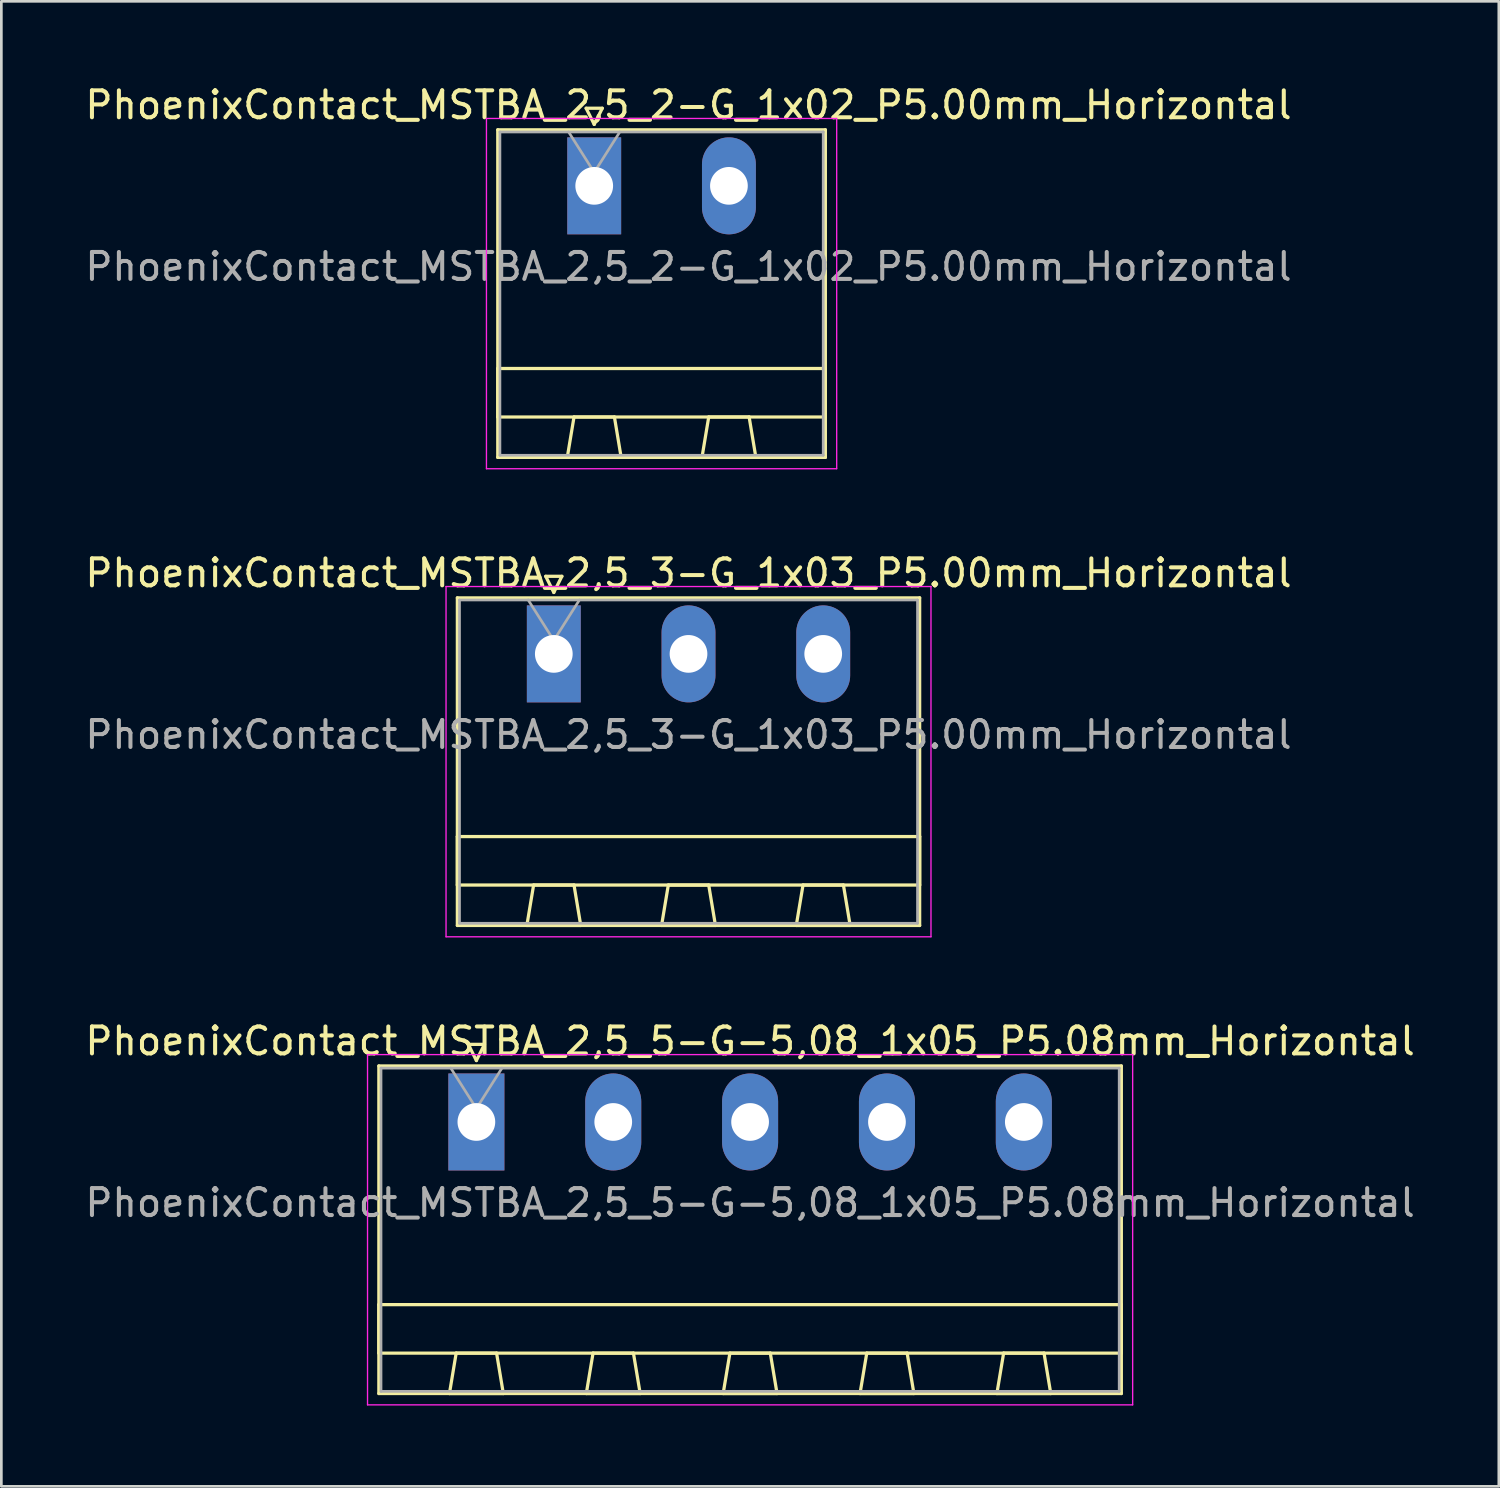
<source format=kicad_pcb>
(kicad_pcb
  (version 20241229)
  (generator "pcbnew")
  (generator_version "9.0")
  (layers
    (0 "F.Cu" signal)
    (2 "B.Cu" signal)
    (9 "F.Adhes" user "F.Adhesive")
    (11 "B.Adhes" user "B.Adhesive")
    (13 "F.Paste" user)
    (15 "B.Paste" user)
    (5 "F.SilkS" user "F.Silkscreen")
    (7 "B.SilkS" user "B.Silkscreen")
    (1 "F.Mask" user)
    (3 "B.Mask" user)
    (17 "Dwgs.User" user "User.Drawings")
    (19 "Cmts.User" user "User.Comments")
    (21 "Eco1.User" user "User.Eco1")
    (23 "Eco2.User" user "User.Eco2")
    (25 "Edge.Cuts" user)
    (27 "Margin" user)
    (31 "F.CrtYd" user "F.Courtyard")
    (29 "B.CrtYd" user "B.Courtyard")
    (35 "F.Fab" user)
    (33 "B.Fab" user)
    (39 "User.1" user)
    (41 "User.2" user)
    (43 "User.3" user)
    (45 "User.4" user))
  (footprint "PhoenixContact_MSTBA_2,5_2-G_1x02_P5.00mm_Horizontal"
    (layer "F.Cu")
    (at 19.006 3.848)
    (property "Reference" "PhoenixContact_MSTBA_2,5_2-G_1x02_P5.00mm_Horizontal" (at 3.5 -3 0) (layer "F.SilkS") (effects (font (size 1 1) (thickness 0.15))))
    (attr through_hole)
    (fp_line (start -3.58 -2.08) (end -3.58 10.08) (stroke (width 0.12) (type solid)) (layer "F.SilkS"))
    (fp_line (start -3.58 6.78) (end 8.58 6.78) (stroke (width 0.12) (type solid)) (layer "F.SilkS"))
    (fp_line (start -3.58 8.58) (end -3.58 6.78) (stroke (width 0.12) (type solid)) (layer "F.SilkS"))
    (fp_line (start -3.58 10.08) (end 8.58 10.08) (stroke (width 0.12) (type solid)) (layer "F.SilkS"))
    (fp_line (start -1 10.08) (end 1 10.08) (stroke (width 0.12) (type solid)) (layer "F.SilkS"))
    (fp_line (start -0.75 8.58) (end -1 10.08) (stroke (width 0.12) (type solid)) (layer "F.SilkS"))
    (fp_line (start -0.3 -2.88) (end 0.3 -2.88) (stroke (width 0.12) (type solid)) (layer "F.SilkS"))
    (fp_line (start 0 -2.28) (end -0.3 -2.88) (stroke (width 0.12) (type solid)) (layer "F.SilkS"))
    (fp_line (start 0.3 -2.88) (end 0 -2.28) (stroke (width 0.12) (type solid)) (layer "F.SilkS"))
    (fp_line (start 0.75 8.58) (end -0.75 8.58) (stroke (width 0.12) (type solid)) (layer "F.SilkS"))
    (fp_line (start 1 10.08) (end 0.75 8.58) (stroke (width 0.12) (type solid)) (layer "F.SilkS"))
    (fp_line (start 4 10.08) (end 6 10.08) (stroke (width 0.12) (type solid)) (layer "F.SilkS"))
    (fp_line (start 4.25 8.58) (end 4 10.08) (stroke (width 0.12) (type solid)) (layer "F.SilkS"))
    (fp_line (start 5.75 8.58) (end 4.25 8.58) (stroke (width 0.12) (type solid)) (layer "F.SilkS"))
    (fp_line (start 6 10.08) (end 5.75 8.58) (stroke (width 0.12) (type solid)) (layer "F.SilkS"))
    (fp_line (start 8.58 -2.08) (end -3.58 -2.08) (stroke (width 0.12) (type solid)) (layer "F.SilkS"))
    (fp_line (start 8.58 6.78) (end 8.58 8.58) (stroke (width 0.12) (type solid)) (layer "F.SilkS"))
    (fp_line (start 8.58 8.58) (end -3.58 8.58) (stroke (width 0.12) (type solid)) (layer "F.SilkS"))
    (fp_line (start 8.58 10.08) (end 8.58 -2.08) (stroke (width 0.12) (type solid)) (layer "F.SilkS"))
    (fp_line (start -4 -2.5) (end -4 10.5) (stroke (width 0.05) (type solid)) (layer "F.CrtYd"))
    (fp_line (start -4 10.5) (end 9 10.5) (stroke (width 0.05) (type solid)) (layer "F.CrtYd"))
    (fp_line (start 9 -2.5) (end -4 -2.5) (stroke (width 0.05) (type solid)) (layer "F.CrtYd"))
    (fp_line (start 9 10.5) (end 9 -2.5) (stroke (width 0.05) (type solid)) (layer "F.CrtYd"))
    (fp_line (start -3.5 -2) (end -3.5 10) (stroke (width 0.1) (type solid)) (layer "F.Fab"))
    (fp_line (start -3.5 10) (end 8.5 10) (stroke (width 0.1) (type solid)) (layer "F.Fab"))
    (fp_line (start 0 -0.5) (end -0.95 -2) (stroke (width 0.1) (type solid)) (layer "F.Fab"))
    (fp_line (start 0.95 -2) (end 0 -0.5) (stroke (width 0.1) (type solid)) (layer "F.Fab"))
    (fp_line (start 8.5 -2) (end -3.5 -2) (stroke (width 0.1) (type solid)) (layer "F.Fab"))
    (fp_line (start 8.5 10) (end 8.5 -2) (stroke (width 0.1) (type solid)) (layer "F.Fab"))
    (fp_text user "${REFERENCE}" (at 3.5 3 0) (layer "F.Fab") (effects (font (size 1 1) (thickness 0.15))))
    (pad "1" thru_hole rect (at 0 0) (size 2 3.6) (drill 1.4) (layers "*.Cu" "*.Mask"))
    (pad "2" thru_hole oval (at 5 0) (size 2 3.6) (drill 1.4) (layers "*.Cu" "*.Mask")))
  (footprint "PhoenixContact_MSTBA_2,5_5-G-5,08_1x05_P5.08mm_Horizontal"
    (layer "F.Cu")
    (at 14.632 38.595)
    (property "Reference" "PhoenixContact_MSTBA_2,5_5-G-5,08_1x05_P5.08mm_Horizontal" (at 10.16 -3 0) (layer "F.SilkS") (effects (font (size 1 1) (thickness 0.15))))
    (attr through_hole)
    (fp_line (start -3.62 -2.08) (end -3.62 10.08) (stroke (width 0.12) (type solid)) (layer "F.SilkS"))
    (fp_line (start -3.62 6.78) (end 23.94 6.78) (stroke (width 0.12) (type solid)) (layer "F.SilkS"))
    (fp_line (start -3.62 8.58) (end -3.62 6.78) (stroke (width 0.12) (type solid)) (layer "F.SilkS"))
    (fp_line (start -3.62 10.08) (end 23.94 10.08) (stroke (width 0.12) (type solid)) (layer "F.SilkS"))
    (fp_line (start -1 10.08) (end 1 10.08) (stroke (width 0.12) (type solid)) (layer "F.SilkS"))
    (fp_line (start -0.75 8.58) (end -1 10.08) (stroke (width 0.12) (type solid)) (layer "F.SilkS"))
    (fp_line (start -0.3 -2.88) (end 0.3 -2.88) (stroke (width 0.12) (type solid)) (layer "F.SilkS"))
    (fp_line (start 0 -2.28) (end -0.3 -2.88) (stroke (width 0.12) (type solid)) (layer "F.SilkS"))
    (fp_line (start 0.3 -2.88) (end 0 -2.28) (stroke (width 0.12) (type solid)) (layer "F.SilkS"))
    (fp_line (start 0.75 8.58) (end -0.75 8.58) (stroke (width 0.12) (type solid)) (layer "F.SilkS"))
    (fp_line (start 1 10.08) (end 0.75 8.58) (stroke (width 0.12) (type solid)) (layer "F.SilkS"))
    (fp_line (start 4.08 10.08) (end 6.08 10.08) (stroke (width 0.12) (type solid)) (layer "F.SilkS"))
    (fp_line (start 4.33 8.58) (end 4.08 10.08) (stroke (width 0.12) (type solid)) (layer "F.SilkS"))
    (fp_line (start 5.83 8.58) (end 4.33 8.58) (stroke (width 0.12) (type solid)) (layer "F.SilkS"))
    (fp_line (start 6.08 10.08) (end 5.83 8.58) (stroke (width 0.12) (type solid)) (layer "F.SilkS"))
    (fp_line (start 9.16 10.08) (end 11.16 10.08) (stroke (width 0.12) (type solid)) (layer "F.SilkS"))
    (fp_line (start 9.41 8.58) (end 9.16 10.08) (stroke (width 0.12) (type solid)) (layer "F.SilkS"))
    (fp_line (start 10.91 8.58) (end 9.41 8.58) (stroke (width 0.12) (type solid)) (layer "F.SilkS"))
    (fp_line (start 11.16 10.08) (end 10.91 8.58) (stroke (width 0.12) (type solid)) (layer "F.SilkS"))
    (fp_line (start 14.24 10.08) (end 16.24 10.08) (stroke (width 0.12) (type solid)) (layer "F.SilkS"))
    (fp_line (start 14.49 8.58) (end 14.24 10.08) (stroke (width 0.12) (type solid)) (layer "F.SilkS"))
    (fp_line (start 15.99 8.58) (end 14.49 8.58) (stroke (width 0.12) (type solid)) (layer "F.SilkS"))
    (fp_line (start 16.24 10.08) (end 15.99 8.58) (stroke (width 0.12) (type solid)) (layer "F.SilkS"))
    (fp_line (start 19.32 10.08) (end 21.32 10.08) (stroke (width 0.12) (type solid)) (layer "F.SilkS"))
    (fp_line (start 19.57 8.58) (end 19.32 10.08) (stroke (width 0.12) (type solid)) (layer "F.SilkS"))
    (fp_line (start 21.07 8.58) (end 19.57 8.58) (stroke (width 0.12) (type solid)) (layer "F.SilkS"))
    (fp_line (start 21.32 10.08) (end 21.07 8.58) (stroke (width 0.12) (type solid)) (layer "F.SilkS"))
    (fp_line (start 23.94 -2.08) (end -3.62 -2.08) (stroke (width 0.12) (type solid)) (layer "F.SilkS"))
    (fp_line (start 23.94 6.78) (end 23.94 8.58) (stroke (width 0.12) (type solid)) (layer "F.SilkS"))
    (fp_line (start 23.94 8.58) (end -3.62 8.58) (stroke (width 0.12) (type solid)) (layer "F.SilkS"))
    (fp_line (start 23.94 10.08) (end 23.94 -2.08) (stroke (width 0.12) (type solid)) (layer "F.SilkS"))
    (fp_line (start -4.04 -2.5) (end -4.04 10.5) (stroke (width 0.05) (type solid)) (layer "F.CrtYd"))
    (fp_line (start -4.04 10.5) (end 24.36 10.5) (stroke (width 0.05) (type solid)) (layer "F.CrtYd"))
    (fp_line (start 24.36 -2.5) (end -4.04 -2.5) (stroke (width 0.05) (type solid)) (layer "F.CrtYd"))
    (fp_line (start 24.36 10.5) (end 24.36 -2.5) (stroke (width 0.05) (type solid)) (layer "F.CrtYd"))
    (fp_line (start -3.54 -2) (end -3.54 10) (stroke (width 0.1) (type solid)) (layer "F.Fab"))
    (fp_line (start -3.54 10) (end 23.86 10) (stroke (width 0.1) (type solid)) (layer "F.Fab"))
    (fp_line (start 0 -0.5) (end -0.95 -2) (stroke (width 0.1) (type solid)) (layer "F.Fab"))
    (fp_line (start 0.95 -2) (end 0 -0.5) (stroke (width 0.1) (type solid)) (layer "F.Fab"))
    (fp_line (start 23.86 -2) (end -3.54 -2) (stroke (width 0.1) (type solid)) (layer "F.Fab"))
    (fp_line (start 23.86 10) (end 23.86 -2) (stroke (width 0.1) (type solid)) (layer "F.Fab"))
    (fp_text user "${REFERENCE}" (at 10.16 3 0) (layer "F.Fab") (effects (font (size 1 1) (thickness 0.15))))
    (pad "1" thru_hole rect (at 0 0) (size 2.08 3.6) (drill 1.4) (layers "*.Cu" "*.Mask"))
    (pad "2" thru_hole oval (at 5.08 0) (size 2.08 3.6) (drill 1.4) (layers "*.Cu" "*.Mask"))
    (pad "3" thru_hole oval (at 10.16 0) (size 2.08 3.6) (drill 1.4) (layers "*.Cu" "*.Mask"))
    (pad "4" thru_hole oval (at 15.24 0) (size 2.08 3.6) (drill 1.4) (layers "*.Cu" "*.Mask"))
    (pad "5" thru_hole oval (at 20.32 0) (size 2.08 3.6) (drill 1.4) (layers "*.Cu" "*.Mask")))
  (footprint "PhoenixContact_MSTBA_2,5_3-G_1x03_P5.00mm_Horizontal"
    (layer "F.Cu")
    (at 17.506 21.221)
    (property "Reference" "PhoenixContact_MSTBA_2,5_3-G_1x03_P5.00mm_Horizontal" (at 5 -3 0) (layer "F.SilkS") (effects (font (size 1 1) (thickness 0.15))))
    (attr through_hole)
    (fp_line (start -3.58 -2.08) (end -3.58 10.08) (stroke (width 0.12) (type solid)) (layer "F.SilkS"))
    (fp_line (start -3.58 6.78) (end 13.58 6.78) (stroke (width 0.12) (type solid)) (layer "F.SilkS"))
    (fp_line (start -3.58 8.58) (end -3.58 6.78) (stroke (width 0.12) (type solid)) (layer "F.SilkS"))
    (fp_line (start -3.58 10.08) (end 13.58 10.08) (stroke (width 0.12) (type solid)) (layer "F.SilkS"))
    (fp_line (start -1 10.08) (end 1 10.08) (stroke (width 0.12) (type solid)) (layer "F.SilkS"))
    (fp_line (start -0.75 8.58) (end -1 10.08) (stroke (width 0.12) (type solid)) (layer "F.SilkS"))
    (fp_line (start -0.3 -2.88) (end 0.3 -2.88) (stroke (width 0.12) (type solid)) (layer "F.SilkS"))
    (fp_line (start 0 -2.28) (end -0.3 -2.88) (stroke (width 0.12) (type solid)) (layer "F.SilkS"))
    (fp_line (start 0.3 -2.88) (end 0 -2.28) (stroke (width 0.12) (type solid)) (layer "F.SilkS"))
    (fp_line (start 0.75 8.58) (end -0.75 8.58) (stroke (width 0.12) (type solid)) (layer "F.SilkS"))
    (fp_line (start 1 10.08) (end 0.75 8.58) (stroke (width 0.12) (type solid)) (layer "F.SilkS"))
    (fp_line (start 4 10.08) (end 6 10.08) (stroke (width 0.12) (type solid)) (layer "F.SilkS"))
    (fp_line (start 4.25 8.58) (end 4 10.08) (stroke (width 0.12) (type solid)) (layer "F.SilkS"))
    (fp_line (start 5.75 8.58) (end 4.25 8.58) (stroke (width 0.12) (type solid)) (layer "F.SilkS"))
    (fp_line (start 6 10.08) (end 5.75 8.58) (stroke (width 0.12) (type solid)) (layer "F.SilkS"))
    (fp_line (start 9 10.08) (end 11 10.08) (stroke (width 0.12) (type solid)) (layer "F.SilkS"))
    (fp_line (start 9.25 8.58) (end 9 10.08) (stroke (width 0.12) (type solid)) (layer "F.SilkS"))
    (fp_line (start 10.75 8.58) (end 9.25 8.58) (stroke (width 0.12) (type solid)) (layer "F.SilkS"))
    (fp_line (start 11 10.08) (end 10.75 8.58) (stroke (width 0.12) (type solid)) (layer "F.SilkS"))
    (fp_line (start 13.58 -2.08) (end -3.58 -2.08) (stroke (width 0.12) (type solid)) (layer "F.SilkS"))
    (fp_line (start 13.58 6.78) (end 13.58 8.58) (stroke (width 0.12) (type solid)) (layer "F.SilkS"))
    (fp_line (start 13.58 8.58) (end -3.58 8.58) (stroke (width 0.12) (type solid)) (layer "F.SilkS"))
    (fp_line (start 13.58 10.08) (end 13.58 -2.08) (stroke (width 0.12) (type solid)) (layer "F.SilkS"))
    (fp_line (start -4 -2.5) (end -4 10.5) (stroke (width 0.05) (type solid)) (layer "F.CrtYd"))
    (fp_line (start -4 10.5) (end 14 10.5) (stroke (width 0.05) (type solid)) (layer "F.CrtYd"))
    (fp_line (start 14 -2.5) (end -4 -2.5) (stroke (width 0.05) (type solid)) (layer "F.CrtYd"))
    (fp_line (start 14 10.5) (end 14 -2.5) (stroke (width 0.05) (type solid)) (layer "F.CrtYd"))
    (fp_line (start -3.5 -2) (end -3.5 10) (stroke (width 0.1) (type solid)) (layer "F.Fab"))
    (fp_line (start -3.5 10) (end 13.5 10) (stroke (width 0.1) (type solid)) (layer "F.Fab"))
    (fp_line (start 0 -0.5) (end -0.95 -2) (stroke (width 0.1) (type solid)) (layer "F.Fab"))
    (fp_line (start 0.95 -2) (end 0 -0.5) (stroke (width 0.1) (type solid)) (layer "F.Fab"))
    (fp_line (start 13.5 -2) (end -3.5 -2) (stroke (width 0.1) (type solid)) (layer "F.Fab"))
    (fp_line (start 13.5 10) (end 13.5 -2) (stroke (width 0.1) (type solid)) (layer "F.Fab"))
    (fp_text user "${REFERENCE}" (at 5 3 0) (layer "F.Fab") (effects (font (size 1 1) (thickness 0.15))))
    (pad "1" thru_hole rect (at 0 0) (size 2 3.6) (drill 1.4) (layers "*.Cu" "*.Mask"))
    (pad "2" thru_hole oval (at 5 0) (size 2 3.6) (drill 1.4) (layers "*.Cu" "*.Mask"))
    (pad "3" thru_hole oval (at 10 0) (size 2 3.6) (drill 1.4) (layers "*.Cu" "*.Mask")))
  (gr_rect
    (start -3 -3)
    (end 52.583 52.12)
    (stroke (width 0.1) (type default))
    (fill no)
    (layer "Edge.Cuts")))
</source>
